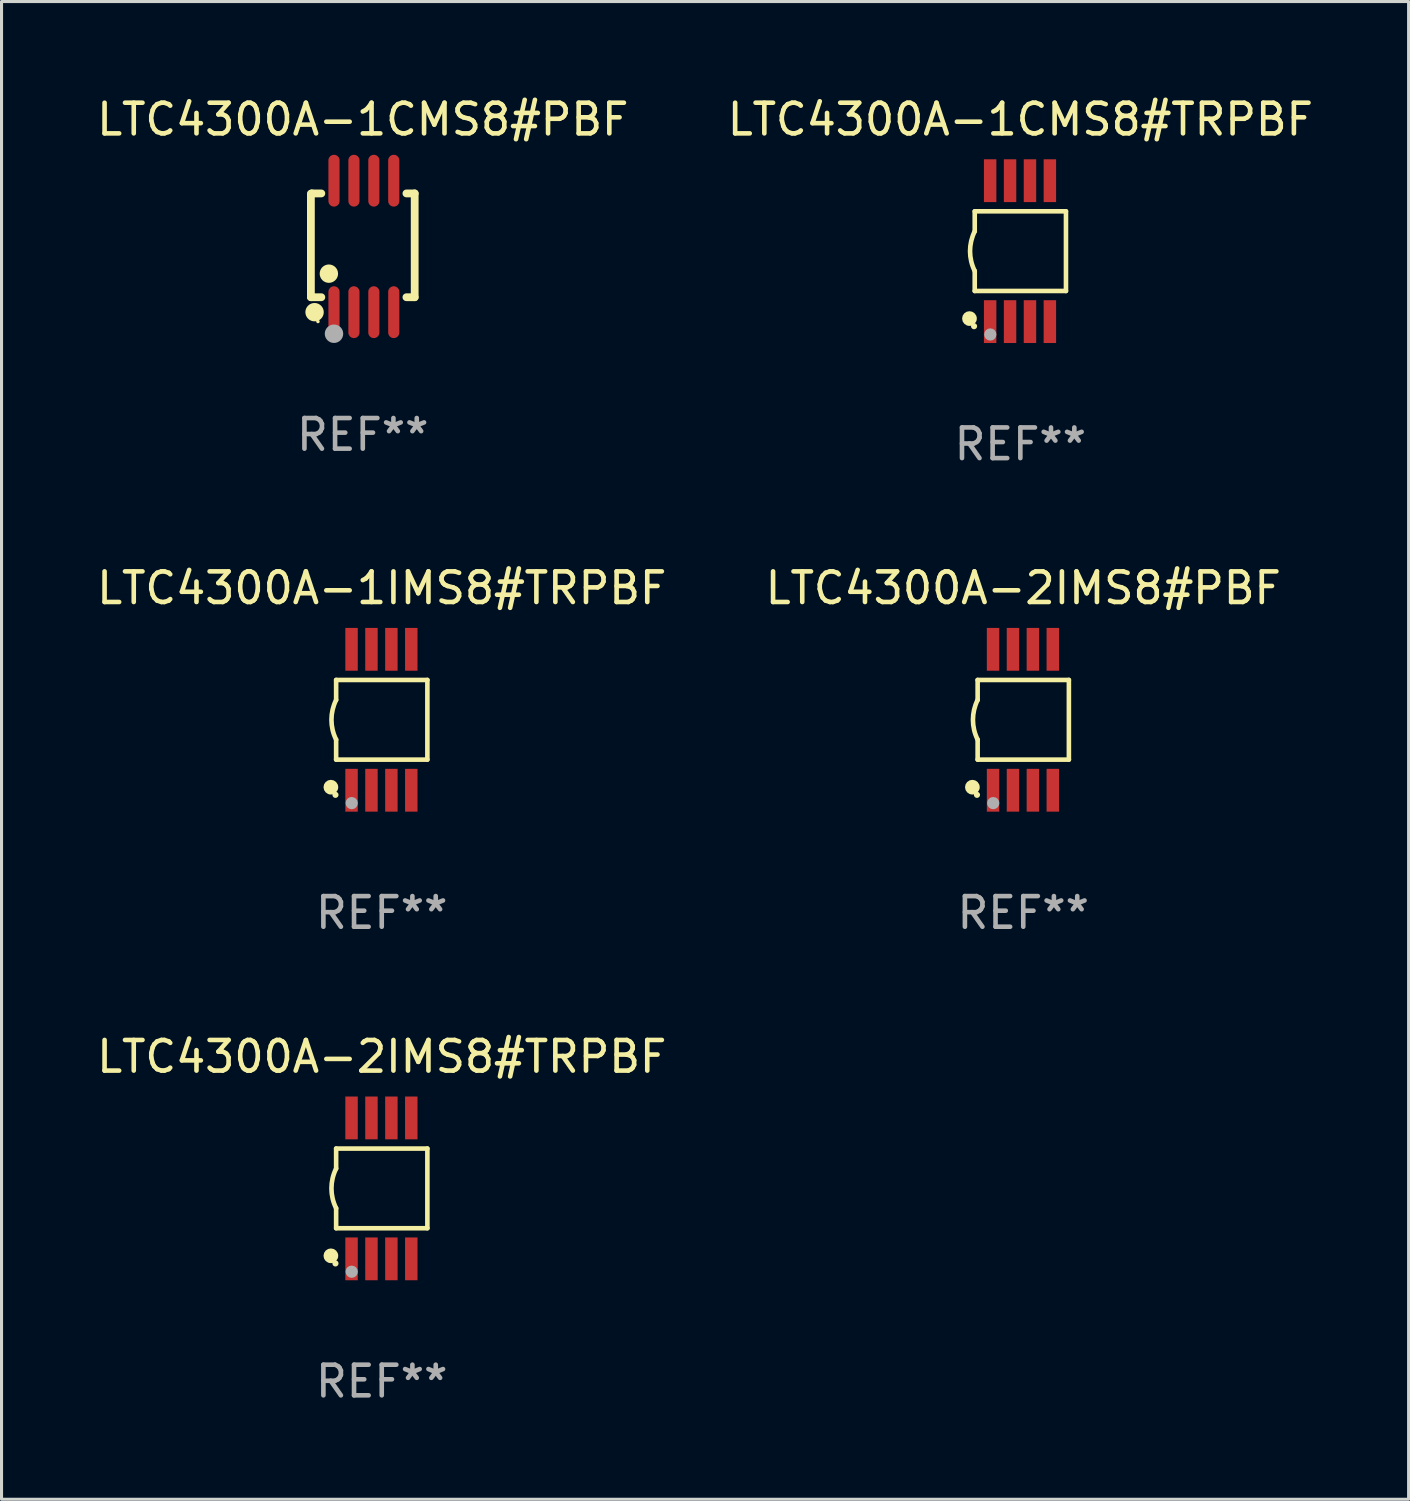
<source format=kicad_pcb>
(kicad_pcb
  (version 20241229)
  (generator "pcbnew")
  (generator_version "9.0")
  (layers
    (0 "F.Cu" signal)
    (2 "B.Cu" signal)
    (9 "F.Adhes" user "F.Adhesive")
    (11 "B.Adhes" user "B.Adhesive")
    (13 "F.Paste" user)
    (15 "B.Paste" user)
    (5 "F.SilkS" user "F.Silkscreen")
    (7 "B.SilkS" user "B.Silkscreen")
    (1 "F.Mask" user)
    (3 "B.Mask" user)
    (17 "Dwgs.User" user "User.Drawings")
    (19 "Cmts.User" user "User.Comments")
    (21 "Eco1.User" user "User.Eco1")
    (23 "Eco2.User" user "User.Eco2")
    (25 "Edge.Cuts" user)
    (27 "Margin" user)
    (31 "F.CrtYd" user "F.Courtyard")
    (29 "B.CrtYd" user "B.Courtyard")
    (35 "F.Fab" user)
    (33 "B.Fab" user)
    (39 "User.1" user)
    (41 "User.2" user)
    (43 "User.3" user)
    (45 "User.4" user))
  (footprint "LTC4300A-1CMS8#PBF"
    (layer "F.Cu")
    (at 8.792 4.994)
    (property "Reference" "LTC4300A-1CMS8#PBF" (at 0 -4.146 0) (layer "F.SilkS") (effects (font (size 1 1) (thickness 0.15))))
    (attr through_hole)
    (fp_line (start -1.694 -1.724) (end -1.694 1.652) (stroke (width 0.254) (type solid)) (layer "F.SilkS"))
    (fp_line (start -1.694 1.652) (end -1.688 1.658) (stroke (width 0.254) (type solid)) (layer "F.SilkS"))
    (fp_line (start -1.688 1.658) (end -1.353 1.658) (stroke (width 0.254) (type solid)) (layer "F.SilkS"))
    (fp_line (start -1.661 -1.73) (end -1.681 -1.71) (stroke (width 0.254) (type solid)) (layer "F.SilkS"))
    (fp_line (start -1.353 -1.73) (end -1.661 -1.73) (stroke (width 0.254) (type solid)) (layer "F.SilkS"))
    (fp_line (start 1.424 1.658) (end 1.694 1.658) (stroke (width 0.254) (type solid)) (layer "F.SilkS"))
    (fp_line (start 1.694 -1.73) (end 1.424 -1.73) (stroke (width 0.254) (type solid)) (layer "F.SilkS"))
    (fp_line (start 1.694 1.658) (end 1.694 -1.73) (stroke (width 0.254) (type solid)) (layer "F.SilkS"))
    (fp_circle (center -1.574 2.146) (end -1.424 2.146) (stroke (width 0.3) (type solid)) (fill no) (layer "F.SilkS"))
    (fp_circle (center -1.464 2.45) (end -1.434 2.45) (stroke (width 0.06) (type solid)) (fill no) (layer "F.SilkS"))
    (fp_circle (center -1.107 0.889) (end -0.957 0.889) (stroke (width 0.3) (type solid)) (fill no) (layer "F.SilkS"))
    (fp_circle (center -0.94 2.85) (end -0.789 2.85) (stroke (width 0.3) (type solid)) (fill no) (layer "F.Fab"))
    (fp_text user "REF**" (at 0 6.146 0) (layer "F.Fab") (effects (font (size 1 1) (thickness 0.15))))
    (pad "1" smd oval (at -0.94 2.146) (size 0.364 1.692) (layers "F.Cu" "F.Mask" "F.Paste"))
    (pad "2" smd oval (at -0.289 2.146) (size 0.364 1.692) (layers "F.Cu" "F.Mask" "F.Paste"))
    (pad "3" smd oval (at 0.361 2.146) (size 0.364 1.692) (layers "F.Cu" "F.Mask" "F.Paste"))
    (pad "4" smd oval (at 1.011 2.146) (size 0.364 1.692) (layers "F.Cu" "F.Mask" "F.Paste"))
    (pad "5" smd oval (at 1.011 -2.146) (size 0.364 1.692) (layers "F.Cu" "F.Mask" "F.Paste"))
    (pad "6" smd oval (at 0.361 -2.146) (size 0.364 1.692) (layers "F.Cu" "F.Mask" "F.Paste"))
    (pad "7" smd oval (at -0.289 -2.146) (size 0.364 1.692) (layers "F.Cu" "F.Mask" "F.Paste"))
    (pad "8" smd oval (at -0.94 -2.146) (size 0.364 1.692) (layers "F.Cu" "F.Mask" "F.Paste")))
  (footprint "LTC4300A-2IMS8#TRPBF"
    (layer "F.Cu")
    (at 9.411 35.741)
    (property "Reference" "LTC4300A-2IMS8#TRPBF" (at 0 -4.3 0) (layer "F.SilkS") (effects (font (size 1 1) (thickness 0.15))))
    (attr through_hole)
    (fp_line (start -1.489 -1.3) (end -1.489 -0.648) (stroke (width 0.15) (type solid)) (layer "F.SilkS"))
    (fp_line (start -1.489 0.648) (end -1.489 1.3) (stroke (width 0.15) (type solid)) (layer "F.SilkS"))
    (fp_line (start -1.489 1.3) (end 1.489 1.3) (stroke (width 0.15) (type solid)) (layer "F.SilkS"))
    (fp_line (start 1.489 -1.3) (end -1.489 -1.3) (stroke (width 0.15) (type solid)) (layer "F.SilkS"))
    (fp_line (start 1.489 1.3) (end 1.489 -1.3) (stroke (width 0.15) (type solid)) (layer "F.SilkS"))
    (fp_arc (start -1.489205 0.647702) (mid -1.642107 0) (end -1.489205 -0.647701) (stroke (width 0.150013) (type solid)) (layer "F.SilkS"))
    (fp_circle (center -1.661 2.2) (end -1.541 2.2) (stroke (width 0.24) (type solid)) (fill no) (layer "F.SilkS"))
    (fp_circle (center -1.511 2.45) (end -1.461 2.45) (stroke (width 0.1) (type solid)) (fill no) (layer "F.SilkS"))
    (fp_circle (center -0.981 2.72) (end -0.881 2.72) (stroke (width 0.2) (type solid)) (fill no) (layer "F.Fab"))
    (fp_text user "REF**" (at 0 6.3 0) (layer "F.Fab") (effects (font (size 1 1) (thickness 0.15))))
    (pad "1" smd rect (at -0.986 2.3) (size 0.406 1.397) (layers "F.Cu" "F.Mask" "F.Paste"))
    (pad "2" smd rect (at -0.336 2.3) (size 0.406 1.397) (layers "F.Cu" "F.Mask" "F.Paste"))
    (pad "3" smd rect (at 0.314 2.3) (size 0.406 1.397) (layers "F.Cu" "F.Mask" "F.Paste"))
    (pad "4" smd rect (at 0.964 2.3) (size 0.406 1.397) (layers "F.Cu" "F.Mask" "F.Paste"))
    (pad "5" smd rect (at 0.964 -2.3) (size 0.406 1.397) (layers "F.Cu" "F.Mask" "F.Paste"))
    (pad "6" smd rect (at 0.314 -2.3) (size 0.406 1.397) (layers "F.Cu" "F.Mask" "F.Paste"))
    (pad "7" smd rect (at -0.336 -2.3) (size 0.406 1.397) (layers "F.Cu" "F.Mask" "F.Paste"))
    (pad "8" smd rect (at -0.986 -2.3) (size 0.406 1.397) (layers "F.Cu" "F.Mask" "F.Paste")))
  (footprint "LTC4300A-2IMS8#PBF"
    (layer "F.Cu")
    (at 30.351 20.445)
    (property "Reference" "LTC4300A-2IMS8#PBF" (at 0 -4.3 0) (layer "F.SilkS") (effects (font (size 1 1) (thickness 0.15))))
    (attr through_hole)
    (fp_line (start -1.489 -1.3) (end -1.489 -0.648) (stroke (width 0.15) (type solid)) (layer "F.SilkS"))
    (fp_line (start -1.489 0.648) (end -1.489 1.3) (stroke (width 0.15) (type solid)) (layer "F.SilkS"))
    (fp_line (start -1.489 1.3) (end 1.489 1.3) (stroke (width 0.15) (type solid)) (layer "F.SilkS"))
    (fp_line (start 1.489 -1.3) (end -1.489 -1.3) (stroke (width 0.15) (type solid)) (layer "F.SilkS"))
    (fp_line (start 1.489 1.3) (end 1.489 -1.3) (stroke (width 0.15) (type solid)) (layer "F.SilkS"))
    (fp_arc (start -1.489205 0.647702) (mid -1.642107 0) (end -1.489205 -0.647701) (stroke (width 0.150013) (type solid)) (layer "F.SilkS"))
    (fp_circle (center -1.661 2.2) (end -1.541 2.2) (stroke (width 0.24) (type solid)) (fill no) (layer "F.SilkS"))
    (fp_circle (center -1.511 2.45) (end -1.461 2.45) (stroke (width 0.1) (type solid)) (fill no) (layer "F.SilkS"))
    (fp_circle (center -0.981 2.72) (end -0.881 2.72) (stroke (width 0.2) (type solid)) (fill no) (layer "F.Fab"))
    (fp_text user "REF**" (at 0 6.3 0) (layer "F.Fab") (effects (font (size 1 1) (thickness 0.15))))
    (pad "1" smd rect (at -0.986 2.3) (size 0.406 1.397) (layers "F.Cu" "F.Mask" "F.Paste"))
    (pad "2" smd rect (at -0.336 2.3) (size 0.406 1.397) (layers "F.Cu" "F.Mask" "F.Paste"))
    (pad "3" smd rect (at 0.314 2.3) (size 0.406 1.397) (layers "F.Cu" "F.Mask" "F.Paste"))
    (pad "4" smd rect (at 0.964 2.3) (size 0.406 1.397) (layers "F.Cu" "F.Mask" "F.Paste"))
    (pad "5" smd rect (at 0.964 -2.3) (size 0.406 1.397) (layers "F.Cu" "F.Mask" "F.Paste"))
    (pad "6" smd rect (at 0.314 -2.3) (size 0.406 1.397) (layers "F.Cu" "F.Mask" "F.Paste"))
    (pad "7" smd rect (at -0.336 -2.3) (size 0.406 1.397) (layers "F.Cu" "F.Mask" "F.Paste"))
    (pad "8" smd rect (at -0.986 -2.3) (size 0.406 1.397) (layers "F.Cu" "F.Mask" "F.Paste")))
  (footprint "LTC4300A-1IMS8#TRPBF"
    (layer "F.Cu")
    (at 9.411 20.445)
    (property "Reference" "LTC4300A-1IMS8#TRPBF" (at 0 -4.3 0) (layer "F.SilkS") (effects (font (size 1 1) (thickness 0.15))))
    (attr through_hole)
    (fp_line (start -1.489 -1.3) (end -1.489 -0.648) (stroke (width 0.15) (type solid)) (layer "F.SilkS"))
    (fp_line (start -1.489 0.648) (end -1.489 1.3) (stroke (width 0.15) (type solid)) (layer "F.SilkS"))
    (fp_line (start -1.489 1.3) (end 1.489 1.3) (stroke (width 0.15) (type solid)) (layer "F.SilkS"))
    (fp_line (start 1.489 -1.3) (end -1.489 -1.3) (stroke (width 0.15) (type solid)) (layer "F.SilkS"))
    (fp_line (start 1.489 1.3) (end 1.489 -1.3) (stroke (width 0.15) (type solid)) (layer "F.SilkS"))
    (fp_arc (start -1.489205 0.647702) (mid -1.642107 0) (end -1.489205 -0.647701) (stroke (width 0.150013) (type solid)) (layer "F.SilkS"))
    (fp_circle (center -1.661 2.2) (end -1.541 2.2) (stroke (width 0.24) (type solid)) (fill no) (layer "F.SilkS"))
    (fp_circle (center -1.511 2.45) (end -1.461 2.45) (stroke (width 0.1) (type solid)) (fill no) (layer "F.SilkS"))
    (fp_circle (center -0.981 2.72) (end -0.881 2.72) (stroke (width 0.2) (type solid)) (fill no) (layer "F.Fab"))
    (fp_text user "REF**" (at 0 6.3 0) (layer "F.Fab") (effects (font (size 1 1) (thickness 0.15))))
    (pad "1" smd rect (at -0.986 2.3) (size 0.406 1.397) (layers "F.Cu" "F.Mask" "F.Paste"))
    (pad "2" smd rect (at -0.336 2.3) (size 0.406 1.397) (layers "F.Cu" "F.Mask" "F.Paste"))
    (pad "3" smd rect (at 0.314 2.3) (size 0.406 1.397) (layers "F.Cu" "F.Mask" "F.Paste"))
    (pad "4" smd rect (at 0.964 2.3) (size 0.406 1.397) (layers "F.Cu" "F.Mask" "F.Paste"))
    (pad "5" smd rect (at 0.964 -2.3) (size 0.406 1.397) (layers "F.Cu" "F.Mask" "F.Paste"))
    (pad "6" smd rect (at 0.314 -2.3) (size 0.406 1.397) (layers "F.Cu" "F.Mask" "F.Paste"))
    (pad "7" smd rect (at -0.336 -2.3) (size 0.406 1.397) (layers "F.Cu" "F.Mask" "F.Paste"))
    (pad "8" smd rect (at -0.986 -2.3) (size 0.406 1.397) (layers "F.Cu" "F.Mask" "F.Paste")))
  (footprint "LTC4300A-1CMS8#TRPBF"
    (layer "F.Cu")
    (at 30.256 5.148)
    (property "Reference" "LTC4300A-1CMS8#TRPBF" (at 0 -4.3 0) (layer "F.SilkS") (effects (font (size 1 1) (thickness 0.15))))
    (attr through_hole)
    (fp_line (start -1.489 -1.3) (end -1.489 -0.648) (stroke (width 0.15) (type solid)) (layer "F.SilkS"))
    (fp_line (start -1.489 0.648) (end -1.489 1.3) (stroke (width 0.15) (type solid)) (layer "F.SilkS"))
    (fp_line (start -1.489 1.3) (end 1.489 1.3) (stroke (width 0.15) (type solid)) (layer "F.SilkS"))
    (fp_line (start 1.489 -1.3) (end -1.489 -1.3) (stroke (width 0.15) (type solid)) (layer "F.SilkS"))
    (fp_line (start 1.489 1.3) (end 1.489 -1.3) (stroke (width 0.15) (type solid)) (layer "F.SilkS"))
    (fp_arc (start -1.489205 0.647702) (mid -1.642107 0) (end -1.489205 -0.647701) (stroke (width 0.150013) (type solid)) (layer "F.SilkS"))
    (fp_circle (center -1.661 2.2) (end -1.541 2.2) (stroke (width 0.24) (type solid)) (fill no) (layer "F.SilkS"))
    (fp_circle (center -1.511 2.45) (end -1.461 2.45) (stroke (width 0.1) (type solid)) (fill no) (layer "F.SilkS"))
    (fp_circle (center -0.981 2.72) (end -0.881 2.72) (stroke (width 0.2) (type solid)) (fill no) (layer "F.Fab"))
    (fp_text user "REF**" (at 0 6.3 0) (layer "F.Fab") (effects (font (size 1 1) (thickness 0.15))))
    (pad "1" smd rect (at -0.986 2.3) (size 0.406 1.397) (layers "F.Cu" "F.Mask" "F.Paste"))
    (pad "2" smd rect (at -0.336 2.3) (size 0.406 1.397) (layers "F.Cu" "F.Mask" "F.Paste"))
    (pad "3" smd rect (at 0.314 2.3) (size 0.406 1.397) (layers "F.Cu" "F.Mask" "F.Paste"))
    (pad "4" smd rect (at 0.964 2.3) (size 0.406 1.397) (layers "F.Cu" "F.Mask" "F.Paste"))
    (pad "5" smd rect (at 0.964 -2.3) (size 0.406 1.397) (layers "F.Cu" "F.Mask" "F.Paste"))
    (pad "6" smd rect (at 0.314 -2.3) (size 0.406 1.397) (layers "F.Cu" "F.Mask" "F.Paste"))
    (pad "7" smd rect (at -0.336 -2.3) (size 0.406 1.397) (layers "F.Cu" "F.Mask" "F.Paste"))
    (pad "8" smd rect (at -0.986 -2.3) (size 0.406 1.397) (layers "F.Cu" "F.Mask" "F.Paste")))
  (gr_rect
    (start -3 -3)
    (end 42.929 45.889)
    (stroke (width 0.1) (type default))
    (fill no)
    (layer "Edge.Cuts")))
</source>
